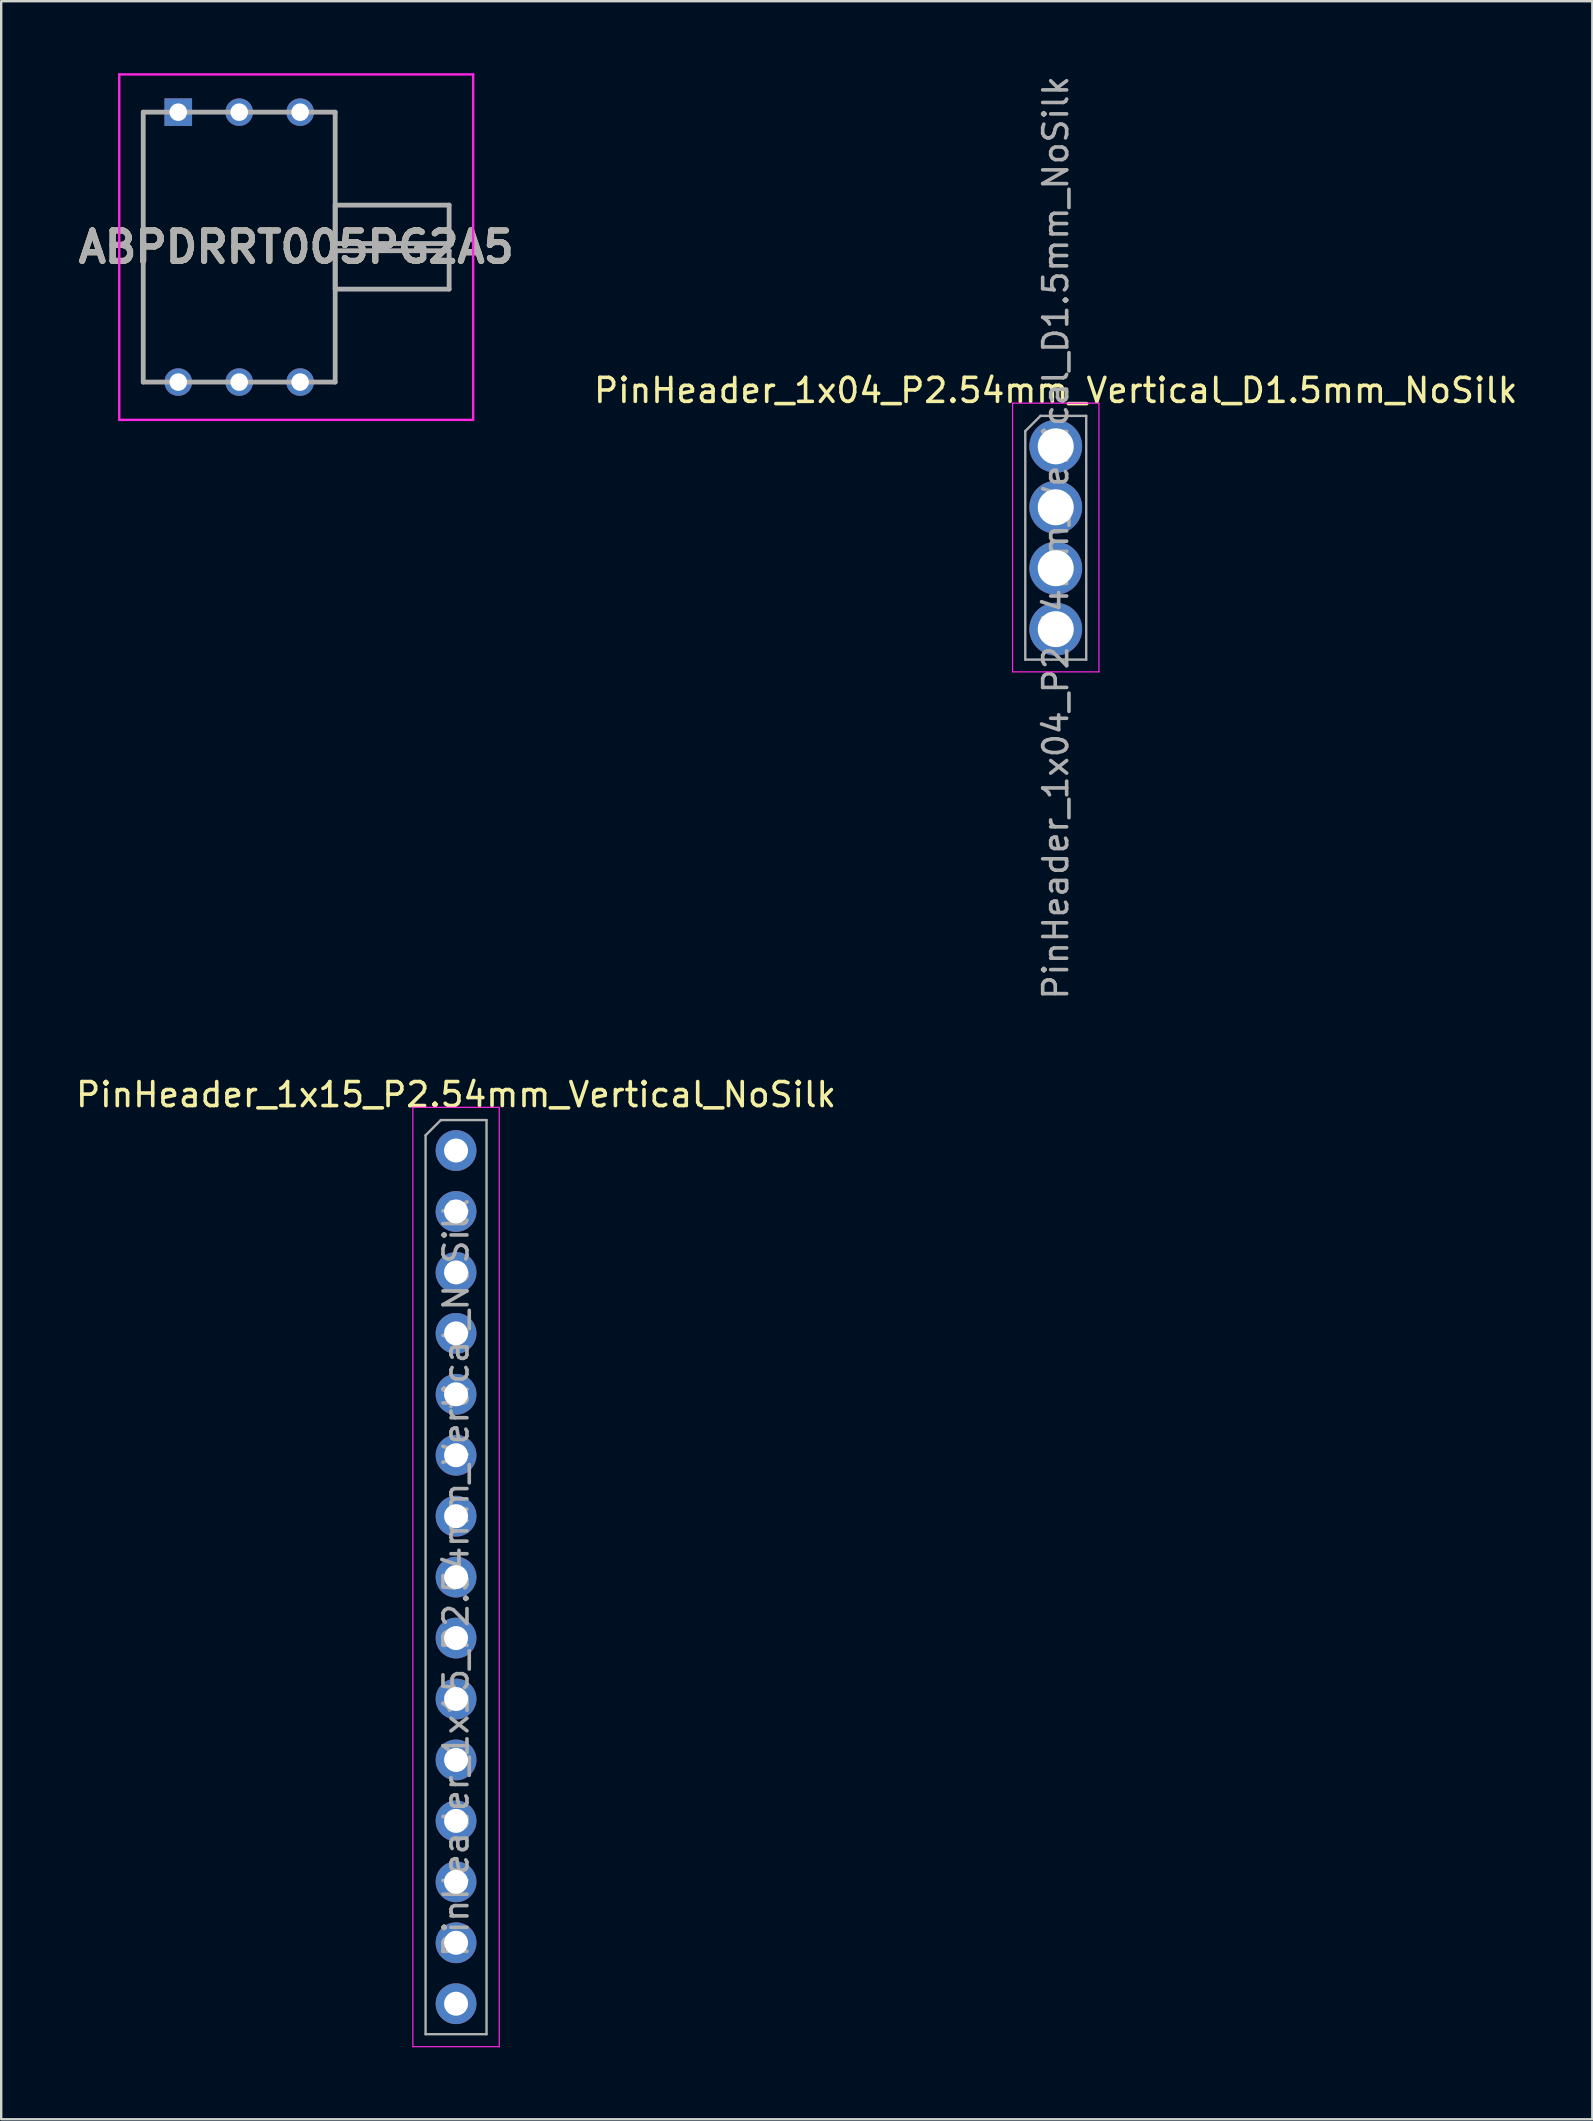
<source format=kicad_pcb>
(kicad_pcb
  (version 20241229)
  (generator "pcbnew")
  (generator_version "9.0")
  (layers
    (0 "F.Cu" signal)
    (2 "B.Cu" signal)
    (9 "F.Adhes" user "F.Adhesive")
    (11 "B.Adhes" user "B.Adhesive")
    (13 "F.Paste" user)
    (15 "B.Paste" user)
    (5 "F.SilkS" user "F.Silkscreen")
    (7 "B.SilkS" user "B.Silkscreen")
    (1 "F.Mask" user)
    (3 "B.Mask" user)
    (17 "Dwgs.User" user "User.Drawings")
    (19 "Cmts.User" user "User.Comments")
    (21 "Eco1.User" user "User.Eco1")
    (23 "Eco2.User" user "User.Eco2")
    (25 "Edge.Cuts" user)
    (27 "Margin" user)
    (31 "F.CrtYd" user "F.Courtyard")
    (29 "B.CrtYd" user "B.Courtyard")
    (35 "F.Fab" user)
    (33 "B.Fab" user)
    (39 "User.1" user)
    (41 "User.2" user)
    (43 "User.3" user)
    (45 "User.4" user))
  (footprint "PinHeader_1x15_P2.54mm_Vertical_NoSilk"
    (layer "F.Cu")
    (at 15.958 44.904)
    (property "Reference" "PinHeader_1x15_P2.54mm_Vertical_NoSilk" (at 0 -2.33 0) (layer "F.SilkS") (effects (font (size 1 1) (thickness 0.15))))
    (attr through_hole)
    (fp_line (start -1.8 -1.8) (end -1.8 37.35) (stroke (width 0.05) (type solid)) (layer "F.CrtYd"))
    (fp_line (start -1.8 37.35) (end 1.8 37.35) (stroke (width 0.05) (type solid)) (layer "F.CrtYd"))
    (fp_line (start 1.8 -1.8) (end -1.8 -1.8) (stroke (width 0.05) (type solid)) (layer "F.CrtYd"))
    (fp_line (start 1.8 37.35) (end 1.8 -1.8) (stroke (width 0.05) (type solid)) (layer "F.CrtYd"))
    (fp_line (start -1.27 -0.635) (end -0.635 -1.27) (stroke (width 0.1) (type solid)) (layer "F.Fab"))
    (fp_line (start -1.27 36.83) (end -1.27 -0.635) (stroke (width 0.1) (type solid)) (layer "F.Fab"))
    (fp_line (start -0.635 -1.27) (end 1.27 -1.27) (stroke (width 0.1) (type solid)) (layer "F.Fab"))
    (fp_line (start 1.27 -1.27) (end 1.27 36.83) (stroke (width 0.1) (type solid)) (layer "F.Fab"))
    (fp_line (start 1.27 36.83) (end -1.27 36.83) (stroke (width 0.1) (type solid)) (layer "F.Fab"))
    (fp_text user "${REFERENCE}" (at 0 17.78 90) (layer "F.Fab") (effects (font (size 1 1) (thickness 0.15))))
    (pad "1" thru_hole oval (at 0 0) (size 1.7 1.7) (drill 1) (layers "*.Cu" "*.Mask"))
    (pad "2" thru_hole oval (at 0 2.54) (size 1.7 1.7) (drill 1) (layers "*.Cu" "*.Mask"))
    (pad "3" thru_hole oval (at 0 5.08) (size 1.7 1.7) (drill 1) (layers "*.Cu" "*.Mask"))
    (pad "4" thru_hole oval (at 0 7.62) (size 1.7 1.7) (drill 1) (layers "*.Cu" "*.Mask"))
    (pad "5" thru_hole oval (at 0 10.16) (size 1.7 1.7) (drill 1) (layers "*.Cu" "*.Mask"))
    (pad "6" thru_hole oval (at 0 12.7) (size 1.7 1.7) (drill 1) (layers "*.Cu" "*.Mask"))
    (pad "7" thru_hole oval (at 0 15.24) (size 1.7 1.7) (drill 1) (layers "*.Cu" "*.Mask"))
    (pad "8" thru_hole oval (at 0 17.78) (size 1.7 1.7) (drill 1) (layers "*.Cu" "*.Mask"))
    (pad "9" thru_hole oval (at 0 20.32) (size 1.7 1.7) (drill 1) (layers "*.Cu" "*.Mask"))
    (pad "10" thru_hole oval (at 0 22.86) (size 1.7 1.7) (drill 1) (layers "*.Cu" "*.Mask"))
    (pad "11" thru_hole oval (at 0 25.4) (size 1.7 1.7) (drill 1) (layers "*.Cu" "*.Mask"))
    (pad "12" thru_hole oval (at 0 27.94) (size 1.7 1.7) (drill 1) (layers "*.Cu" "*.Mask"))
    (pad "13" thru_hole oval (at 0 30.48) (size 1.7 1.7) (drill 1) (layers "*.Cu" "*.Mask"))
    (pad "14" thru_hole oval (at 0 33.02) (size 1.7 1.7) (drill 1) (layers "*.Cu" "*.Mask"))
    (pad "15" thru_hole oval (at 0 35.56) (size 1.7 1.7) (drill 1) (layers "*.Cu" "*.Mask")))
  (footprint "PinHeader_1x04_P2.54mm_Vertical_D1.5mm_NoSilk"
    (layer "F.Cu")
    (at 40.953 15.553)
    (property "Reference" "PinHeader_1x04_P2.54mm_Vertical_D1.5mm_NoSilk" (at 0 -2.33 0) (layer "F.SilkS") (effects (font (size 1 1) (thickness 0.15))))
    (attr through_hole)
    (fp_line (start -1.8 -1.8) (end -1.8 9.4) (stroke (width 0.05) (type solid)) (layer "F.CrtYd"))
    (fp_line (start -1.8 9.4) (end 1.8 9.4) (stroke (width 0.05) (type solid)) (layer "F.CrtYd"))
    (fp_line (start 1.8 -1.8) (end -1.8 -1.8) (stroke (width 0.05) (type solid)) (layer "F.CrtYd"))
    (fp_line (start 1.8 9.4) (end 1.8 -1.8) (stroke (width 0.05) (type solid)) (layer "F.CrtYd"))
    (fp_line (start -1.27 -0.635) (end -0.635 -1.27) (stroke (width 0.1) (type solid)) (layer "F.Fab"))
    (fp_line (start -1.27 8.89) (end -1.27 -0.635) (stroke (width 0.1) (type solid)) (layer "F.Fab"))
    (fp_line (start -0.635 -1.27) (end 1.27 -1.27) (stroke (width 0.1) (type solid)) (layer "F.Fab"))
    (fp_line (start 1.27 -1.27) (end 1.27 8.89) (stroke (width 0.1) (type solid)) (layer "F.Fab"))
    (fp_line (start 1.27 8.89) (end -1.27 8.89) (stroke (width 0.1) (type solid)) (layer "F.Fab"))
    (fp_text user "${REFERENCE}" (at 0 3.81 90) (layer "F.Fab") (effects (font (size 1 1) (thickness 0.15))))
    (pad "1" thru_hole oval (at 0 0) (size 2.2 2.2) (drill 1.5) (layers "*.Cu" "*.Mask"))
    (pad "2" thru_hole oval (at 0 2.54) (size 2.2 2.2) (drill 1.5) (layers "*.Cu" "*.Mask"))
    (pad "3" thru_hole oval (at 0 5.08) (size 2.2 2.2) (drill 1.5) (layers "*.Cu" "*.Mask"))
    (pad "4" thru_hole oval (at 0 7.62) (size 2.2 2.2) (drill 1.5) (layers "*.Cu" "*.Mask")))
  (footprint "ABPDRRT005PG2A5"
    (layer "F.Cu")
    (at 4.38 1.625)
    (property "Reference" "ABPDRRT005PG2A5" (at 4.915 5.625 0) (layer "F.SilkS") (effects (font (size 1.27 1.27) (thickness 0.254))))
    (attr through_hole)
    (fp_line (start -1.46 0) (end -1.46 11.25) (stroke (width 0.1) (type solid)) (layer "F.SilkS"))
    (fp_line (start -1.46 11.25) (end -0.96 11.25) (stroke (width 0.1) (type solid)) (layer "F.SilkS"))
    (fp_line (start -0.96 0) (end -1.46 0) (stroke (width 0.1) (type solid)) (layer "F.SilkS"))
    (fp_line (start 6 0) (end 6.54 0) (stroke (width 0.1) (type solid)) (layer "F.SilkS"))
    (fp_line (start 6 11.25) (end 6.5 11.25) (stroke (width 0.1) (type solid)) (layer "F.SilkS"))
    (fp_line (start 6.54 0) (end 6.54 11.25) (stroke (width 0.1) (type solid)) (layer "F.SilkS"))
    (fp_line (start -2.46 -1.575) (end 12.29 -1.575) (stroke (width 0.1) (type solid)) (layer "F.CrtYd"))
    (fp_line (start -2.46 12.825) (end -2.46 -1.575) (stroke (width 0.1) (type solid)) (layer "F.CrtYd"))
    (fp_line (start 12.29 -1.575) (end 12.29 12.825) (stroke (width 0.1) (type solid)) (layer "F.CrtYd"))
    (fp_line (start 12.29 12.825) (end -2.46 12.825) (stroke (width 0.1) (type solid)) (layer "F.CrtYd"))
    (fp_line (start -1.46 0) (end 6.54 0) (stroke (width 0.2) (type solid)) (layer "F.Fab"))
    (fp_line (start -1.46 11.25) (end -1.46 0) (stroke (width 0.2) (type solid)) (layer "F.Fab"))
    (fp_line (start 6.54 0) (end 6.54 11.25) (stroke (width 0.2) (type solid)) (layer "F.Fab"))
    (fp_line (start 6.54 3.875) (end 11.29 3.875) (stroke (width 0.2) (type solid)) (layer "F.Fab"))
    (fp_line (start 6.54 5.475) (end 6.54 3.875) (stroke (width 0.2) (type solid)) (layer "F.Fab"))
    (fp_line (start 6.54 5.775) (end 11.29 5.775) (stroke (width 0.2) (type solid)) (layer "F.Fab"))
    (fp_line (start 6.54 7.375) (end 6.54 5.775) (stroke (width 0.2) (type solid)) (layer "F.Fab"))
    (fp_line (start 6.54 11.25) (end -1.46 11.25) (stroke (width 0.2) (type solid)) (layer "F.Fab"))
    (fp_line (start 11.29 3.875) (end 11.29 5.475) (stroke (width 0.2) (type solid)) (layer "F.Fab"))
    (fp_line (start 11.29 5.475) (end 6.54 5.475) (stroke (width 0.2) (type solid)) (layer "F.Fab"))
    (fp_line (start 11.29 5.775) (end 11.29 7.375) (stroke (width 0.2) (type solid)) (layer "F.Fab"))
    (fp_line (start 11.29 7.375) (end 6.54 7.375) (stroke (width 0.2) (type solid)) (layer "F.Fab"))
    (fp_text user "${REFERENCE}" (at 4.915 5.625 0) (layer "F.Fab") (effects (font (size 1.27 1.27) (thickness 0.254))))
    (pad "1" thru_hole rect (at 0 0) (size 1.15 1.15) (drill 0.73) (layers "*.Cu" "*.Mask"))
    (pad "2" thru_hole circle (at 2.54 0) (size 1.15 1.15) (drill 0.73) (layers "*.Cu" "*.Mask"))
    (pad "3" thru_hole circle (at 5.08 0) (size 1.15 1.15) (drill 0.73) (layers "*.Cu" "*.Mask"))
    (pad "4" thru_hole circle (at 5.08 11.25) (size 1.15 1.15) (drill 0.73) (layers "*.Cu" "*.Mask"))
    (pad "5" thru_hole circle (at 2.54 11.25) (size 1.15 1.15) (drill 0.73) (layers "*.Cu" "*.Mask"))
    (pad "6" thru_hole circle (at 0 11.25) (size 1.15 1.15) (drill 0.73) (layers "*.Cu" "*.Mask")))
  (gr_rect
    (start -3 -3)
    (end 63.317 85.279)
    (stroke (width 0.1) (type default))
    (fill no)
    (layer "Edge.Cuts")))
</source>
